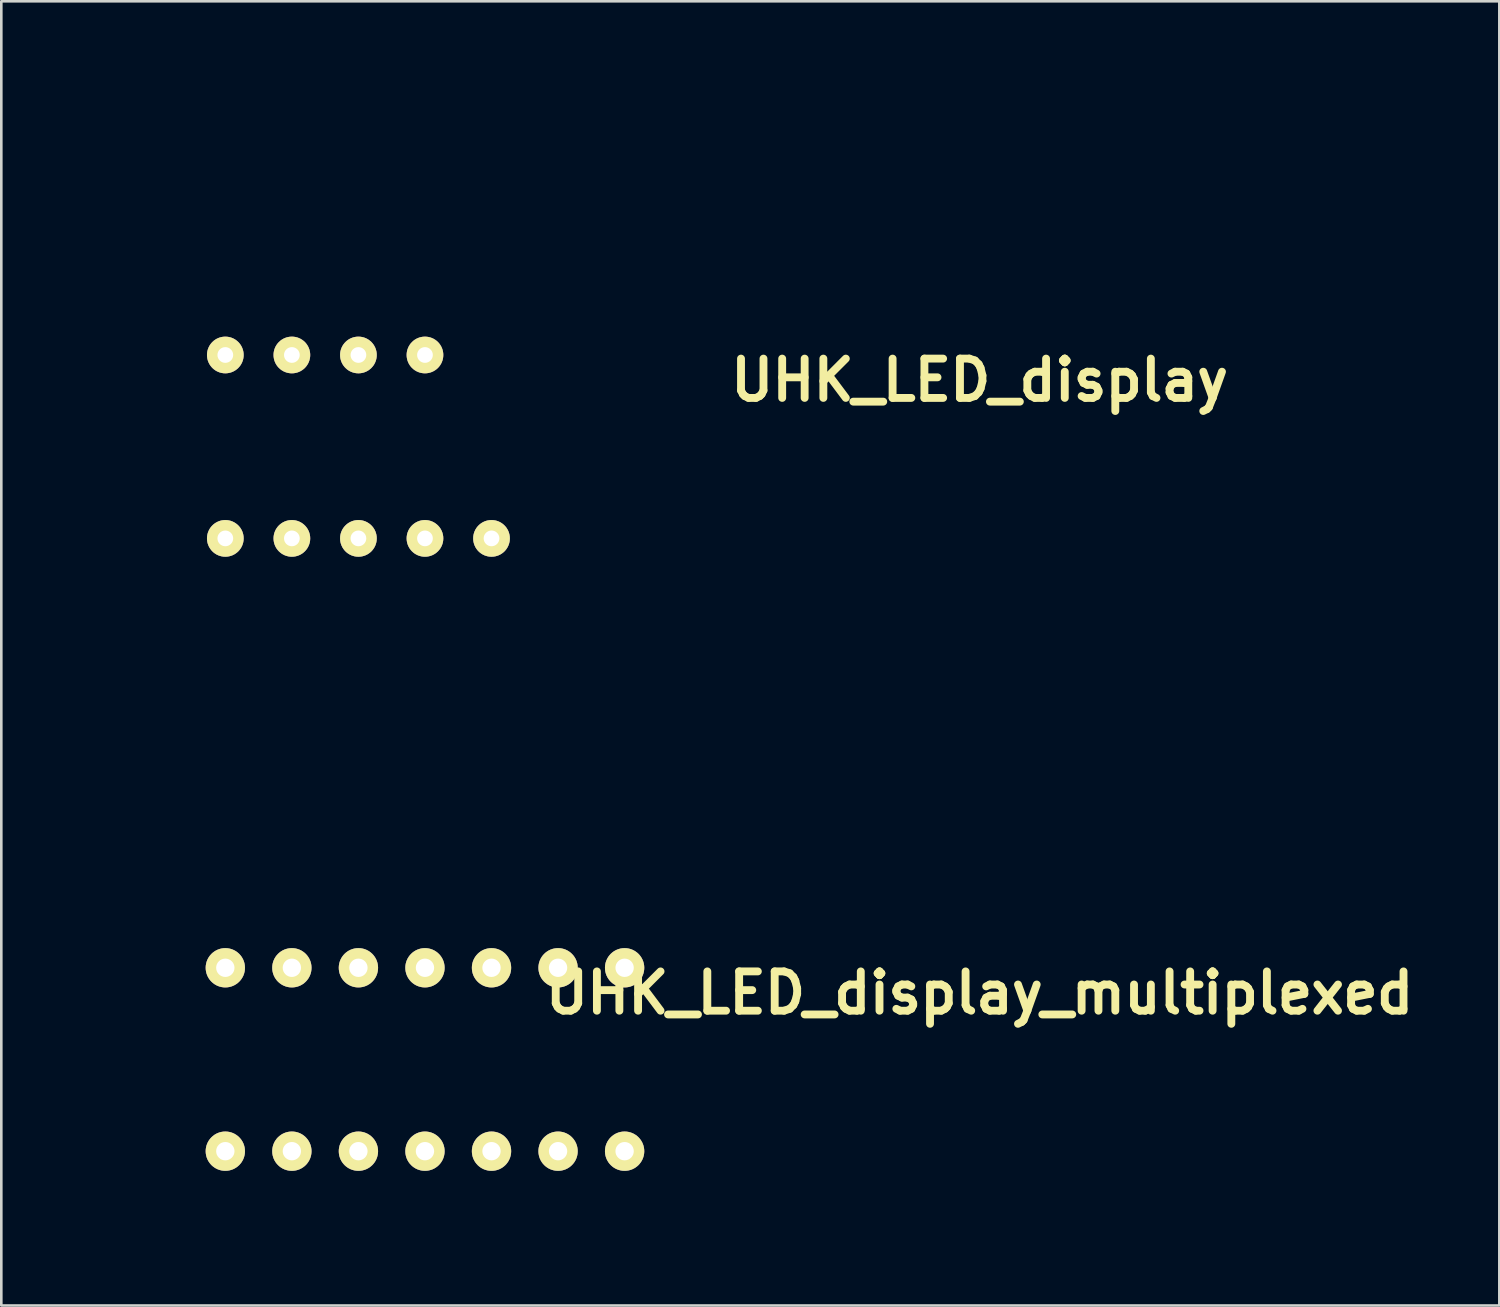
<source format=kicad_pcb>
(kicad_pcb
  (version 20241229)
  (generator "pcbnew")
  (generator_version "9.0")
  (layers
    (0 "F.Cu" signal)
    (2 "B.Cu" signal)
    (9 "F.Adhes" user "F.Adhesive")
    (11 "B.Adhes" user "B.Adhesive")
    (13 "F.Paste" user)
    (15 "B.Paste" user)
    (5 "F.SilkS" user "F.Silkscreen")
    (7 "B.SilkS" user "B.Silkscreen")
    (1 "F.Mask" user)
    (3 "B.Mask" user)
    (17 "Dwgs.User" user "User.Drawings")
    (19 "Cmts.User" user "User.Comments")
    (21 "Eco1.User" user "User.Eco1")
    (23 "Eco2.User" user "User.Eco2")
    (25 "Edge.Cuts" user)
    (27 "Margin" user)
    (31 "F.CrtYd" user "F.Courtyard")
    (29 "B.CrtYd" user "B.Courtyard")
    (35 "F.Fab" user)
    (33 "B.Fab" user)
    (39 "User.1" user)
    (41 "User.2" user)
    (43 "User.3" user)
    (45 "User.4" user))
  (footprint "UHK_LED_display"
    (layer "F.Cu")
    (at 10.21 13.999)
    (property "Reference" "UHK_LED_display" (at 24.13 -2.54 0) (layer "F.SilkS") (effects (font (size 1.5 1.5) (thickness 0.3))))
    (attr through_hole)
    (fp_line (start -10.16 4.54) (end -10.16 -4.306) (stroke (width 0.1) (type solid)) (layer "Eco1.User"))
    (fp_line (start -9.745 -4.798) (end 34.289 -12.379) (stroke (width 0.1) (type solid)) (layer "Eco1.User"))
    (fp_line (start -8.591 -6.823) (end -6.62 -7.163) (stroke (width 0.1) (type solid)) (layer "Eco1.User"))
    (fp_line (start -8.286 -5.049) (end -8.591 -6.823) (stroke (width 0.1) (type solid)) (layer "Eco1.User"))
    (fp_line (start -6.66 6.34) (end -6.66 5.04) (stroke (width 0.1) (type solid)) (layer "Eco1.User"))
    (fp_line (start -6.62 -7.163) (end -6.315 -5.389) (stroke (width 0.1) (type solid)) (layer "Eco1.User"))
    (fp_line (start -4.66 5.04) (end -4.66 6.34) (stroke (width 0.1) (type solid)) (layer "Eco1.User"))
    (fp_line (start -4.66 6.34) (end -6.66 6.34) (stroke (width 0.1) (type solid)) (layer "Eco1.User"))
    (fp_line (start 11.119 -10.217) (end 13.09 -10.556) (stroke (width 0.1) (type solid)) (layer "Eco1.User"))
    (fp_line (start 11.424 -8.443) (end 11.119 -10.217) (stroke (width 0.1) (type solid)) (layer "Eco1.User"))
    (fp_line (start 13.09 -10.556) (end 13.395 -8.782) (stroke (width 0.1) (type solid)) (layer "Eco1.User"))
    (fp_line (start 13.34 6.34) (end 13.34 5.04) (stroke (width 0.1) (type solid)) (layer "Eco1.User"))
    (fp_line (start 15.34 5.04) (end 15.34 6.34) (stroke (width 0.1) (type solid)) (layer "Eco1.User"))
    (fp_line (start 15.34 6.34) (end 13.34 6.34) (stroke (width 0.1) (type solid)) (layer "Eco1.User"))
    (fp_line (start 30.829 -13.61) (end 32.8 -13.949) (stroke (width 0.1) (type solid)) (layer "Eco1.User"))
    (fp_line (start 31.134 -11.836) (end 30.829 -13.61) (stroke (width 0.1) (type solid)) (layer "Eco1.User"))
    (fp_line (start 32.8 -13.949) (end 33.105 -12.175) (stroke (width 0.1) (type solid)) (layer "Eco1.User"))
    (fp_line (start 33.34 6.34) (end 33.34 5.04) (stroke (width 0.1) (type solid)) (layer "Eco1.User"))
    (fp_line (start 34.866 -11.972) (end 37.738 4.454) (stroke (width 0.1) (type solid)) (layer "Eco1.User"))
    (fp_line (start 35.34 5.04) (end 35.34 6.34) (stroke (width 0.1) (type solid)) (layer "Eco1.User"))
    (fp_line (start 35.34 6.34) (end 33.34 6.34) (stroke (width 0.1) (type solid)) (layer "Eco1.User"))
    (fp_line (start 37.245 5.04) (end -9.66 5.04) (stroke (width 0.1) (type solid)) (layer "Eco1.User"))
    (fp_arc (start -10.16 -4.30584) (mid -10.04228 -4.627836) (end -9.744829 -4.798312) (stroke (width 0.1) (type solid)) (layer "Eco1.User"))
    (fp_arc (start -9.66 5.04) (mid -10.013553 4.893553) (end -10.16 4.54) (stroke (width 0.1) (type solid)) (layer "Eco1.User"))
    (fp_arc (start 34.289433 -12.378955) (mid 34.661916 -12.294773) (end 34.866338 -11.972218) (stroke (width 0.1) (type solid)) (layer "Eco1.User"))
    (fp_arc (start 37.737576 4.454035) (mid 37.627763 4.861728) (end 37.245021 5.04) (stroke (width 0.1) (type solid)) (layer "Eco1.User"))
    (fp_circle (center -4.66 -3.5) (end -2.66 -3.5) (stroke (width 0.01) (type solid)) (fill no) (layer "Eco1.User"))
    (fp_circle (center -4.66 3.5) (end -2.66 3.5) (stroke (width 0.01) (type solid)) (fill no) (layer "Eco1.User"))
    (fp_circle (center -2.12 -3.5) (end -4.12 -3.5) (stroke (width 0.01) (type solid)) (fill no) (layer "Eco1.User"))
    (fp_circle (center -2.12 3.5) (end -4.12 3.5) (stroke (width 0.01) (type solid)) (fill no) (layer "Eco1.User"))
    (fp_circle (center 0.42 -3.5) (end 2.42 -3.5) (stroke (width 0.01) (type solid)) (fill no) (layer "Eco1.User"))
    (fp_circle (center 0.42 3.5) (end 2.42 3.5) (stroke (width 0.01) (type solid)) (fill no) (layer "Eco1.User"))
    (fp_circle (center 2.96 -3.5) (end 4.96 -3.5) (stroke (width 0.01) (type solid)) (fill no) (layer "Eco1.User"))
    (fp_circle (center 2.96 3.5) (end 4.96 3.5) (stroke (width 0.01) (type solid)) (fill no) (layer "Eco1.User"))
    (fp_circle (center 5.5 3.5) (end 7.5 3.5) (stroke (width 0.01) (type solid)) (fill no) (layer "Eco1.User"))
    (pad "1" thru_hole circle (at -4.66 3.5) (size 1.4 1.4) (drill 0.6) (layers "*.Cu" "*.Mask" "F.SilkS"))
    (pad "2" thru_hole circle (at -2.12 3.5) (size 1.4 1.4) (drill 0.6) (layers "*.Cu" "*.Mask" "F.SilkS"))
    (pad "3" thru_hole circle (at 0.42 3.5) (size 1.4 1.4) (drill 0.6) (layers "*.Cu" "*.Mask" "F.SilkS"))
    (pad "4" thru_hole circle (at 2.96 3.5) (size 1.4 1.4) (drill 0.6) (layers "*.Cu" "*.Mask" "F.SilkS"))
    (pad "5" thru_hole circle (at 5.5 3.5) (size 1.4 1.4) (drill 0.6) (layers "*.Cu" "*.Mask" "F.SilkS"))
    (pad "6" thru_hole circle (at 2.96 -3.5) (size 1.4 1.4) (drill 0.6) (layers "*.Cu" "*.Mask" "F.SilkS"))
    (pad "7" thru_hole circle (at 0.42 -3.5) (size 1.4 1.4) (drill 0.6) (layers "*.Cu" "*.Mask" "F.SilkS"))
    (pad "8" thru_hole circle (at -2.12 -3.5) (size 1.4 1.4) (drill 0.6) (layers "*.Cu" "*.Mask" "F.SilkS"))
    (pad "9" thru_hole circle (at -4.66 -3.5) (size 1.4 1.4) (drill 0.6) (layers "*.Cu" "*.Mask" "F.SilkS")))
  (footprint "UHK_LED_display_multiplexed"
    (layer "F.Cu")
    (at 10.21 37.388)
    (property "Reference" "UHK_LED_display_multiplexed" (at 24.13 -2.54 0) (layer "F.SilkS") (effects (font (size 1.5 1.5) (thickness 0.3))))
    (attr through_hole)
    (fp_line (start -10.16 4.54) (end -10.16 -4.306) (stroke (width 0.1) (type solid)) (layer "Eco1.User"))
    (fp_line (start -9.745 -4.798) (end 34.289 -12.379) (stroke (width 0.1) (type solid)) (layer "Eco1.User"))
    (fp_line (start -8.591 -6.823) (end -6.62 -7.163) (stroke (width 0.1) (type solid)) (layer "Eco1.User"))
    (fp_line (start -8.286 -5.049) (end -8.591 -6.823) (stroke (width 0.1) (type solid)) (layer "Eco1.User"))
    (fp_line (start -6.66 6.34) (end -6.66 5.04) (stroke (width 0.1) (type solid)) (layer "Eco1.User"))
    (fp_line (start -6.62 -7.163) (end -6.315 -5.389) (stroke (width 0.1) (type solid)) (layer "Eco1.User"))
    (fp_line (start -4.66 5.04) (end -4.66 6.34) (stroke (width 0.1) (type solid)) (layer "Eco1.User"))
    (fp_line (start -4.66 6.34) (end -6.66 6.34) (stroke (width 0.1) (type solid)) (layer "Eco1.User"))
    (fp_line (start 11.119 -10.217) (end 13.09 -10.556) (stroke (width 0.1) (type solid)) (layer "Eco1.User"))
    (fp_line (start 11.424 -8.443) (end 11.119 -10.217) (stroke (width 0.1) (type solid)) (layer "Eco1.User"))
    (fp_line (start 13.09 -10.556) (end 13.395 -8.782) (stroke (width 0.1) (type solid)) (layer "Eco1.User"))
    (fp_line (start 13.34 6.34) (end 13.34 5.04) (stroke (width 0.1) (type solid)) (layer "Eco1.User"))
    (fp_line (start 15.34 5.04) (end 15.34 6.34) (stroke (width 0.1) (type solid)) (layer "Eco1.User"))
    (fp_line (start 15.34 6.34) (end 13.34 6.34) (stroke (width 0.1) (type solid)) (layer "Eco1.User"))
    (fp_line (start 30.829 -13.61) (end 32.8 -13.949) (stroke (width 0.1) (type solid)) (layer "Eco1.User"))
    (fp_line (start 31.134 -11.836) (end 30.829 -13.61) (stroke (width 0.1) (type solid)) (layer "Eco1.User"))
    (fp_line (start 32.8 -13.949) (end 33.105 -12.175) (stroke (width 0.1) (type solid)) (layer "Eco1.User"))
    (fp_line (start 33.34 6.34) (end 33.34 5.04) (stroke (width 0.1) (type solid)) (layer "Eco1.User"))
    (fp_line (start 34.866 -11.972) (end 37.738 4.454) (stroke (width 0.1) (type solid)) (layer "Eco1.User"))
    (fp_line (start 35.34 5.04) (end 35.34 6.34) (stroke (width 0.1) (type solid)) (layer "Eco1.User"))
    (fp_line (start 35.34 6.34) (end 33.34 6.34) (stroke (width 0.1) (type solid)) (layer "Eco1.User"))
    (fp_line (start 37.245 5.04) (end -9.66 5.04) (stroke (width 0.1) (type solid)) (layer "Eco1.User"))
    (fp_arc (start -10.16 -4.30584) (mid -10.04228 -4.627836) (end -9.744829 -4.798312) (stroke (width 0.1) (type solid)) (layer "Eco1.User"))
    (fp_arc (start -9.66 5.04) (mid -10.013553 4.893553) (end -10.16 4.54) (stroke (width 0.1) (type solid)) (layer "Eco1.User"))
    (fp_arc (start 34.289433 -12.378955) (mid 34.661916 -12.294773) (end 34.866338 -11.972218) (stroke (width 0.1) (type solid)) (layer "Eco1.User"))
    (fp_arc (start 37.737576 4.454035) (mid 37.627763 4.861728) (end 37.245021 5.04) (stroke (width 0.1) (type solid)) (layer "Eco1.User"))
    (pad "1" thru_hole circle (at -4.66 3.5) (size 1.5 1.5) (drill 0.7) (layers "*.Cu" "*.Mask" "F.SilkS"))
    (pad "2" thru_hole circle (at -2.12 3.5) (size 1.5 1.5) (drill 0.7) (layers "*.Cu" "*.Mask" "F.SilkS"))
    (pad "3" thru_hole circle (at 0.42 3.5) (size 1.5 1.5) (drill 0.7) (layers "*.Cu" "*.Mask" "F.SilkS"))
    (pad "4" thru_hole circle (at 2.96 3.5) (size 1.5 1.5) (drill 0.7) (layers "*.Cu" "*.Mask" "F.SilkS"))
    (pad "5" thru_hole circle (at 5.5 3.5) (size 1.5 1.5) (drill 0.7) (layers "*.Cu" "*.Mask" "F.SilkS"))
    (pad "6" thru_hole circle (at 8.04 3.5) (size 1.5 1.5) (drill 0.7) (layers "*.Cu" "*.Mask" "F.SilkS"))
    (pad "7" thru_hole circle (at 10.58 3.5) (size 1.5 1.5) (drill 0.7) (layers "*.Cu" "*.Mask" "F.SilkS"))
    (pad "8" thru_hole circle (at 10.58 -3.5) (size 1.5 1.5) (drill 0.7) (layers "*.Cu" "*.Mask" "F.SilkS"))
    (pad "9" thru_hole circle (at 8.04 -3.5) (size 1.5 1.5) (drill 0.7) (layers "*.Cu" "*.Mask" "F.SilkS"))
    (pad "10" thru_hole circle (at 5.5 -3.5) (size 1.5 1.5) (drill 0.7) (layers "*.Cu" "*.Mask" "F.SilkS"))
    (pad "11" thru_hole circle (at 2.96 -3.5) (size 1.5 1.5) (drill 0.7) (layers "*.Cu" "*.Mask" "F.SilkS"))
    (pad "12" thru_hole circle (at 0.42 -3.5) (size 1.5 1.5) (drill 0.7) (layers "*.Cu" "*.Mask" "F.SilkS"))
    (pad "13" thru_hole circle (at -2.12 -3.5) (size 1.5 1.5) (drill 0.7) (layers "*.Cu" "*.Mask" "F.SilkS"))
    (pad "14" thru_hole circle (at -4.66 -3.5) (size 1.5 1.5) (drill 0.7) (layers "*.Cu" "*.Mask" "F.SilkS")))
  (gr_rect
    (start -3 -3)
    (end 54.176 46.778)
    (stroke (width 0.1) (type default))
    (fill no)
    (layer "Edge.Cuts")))
</source>
